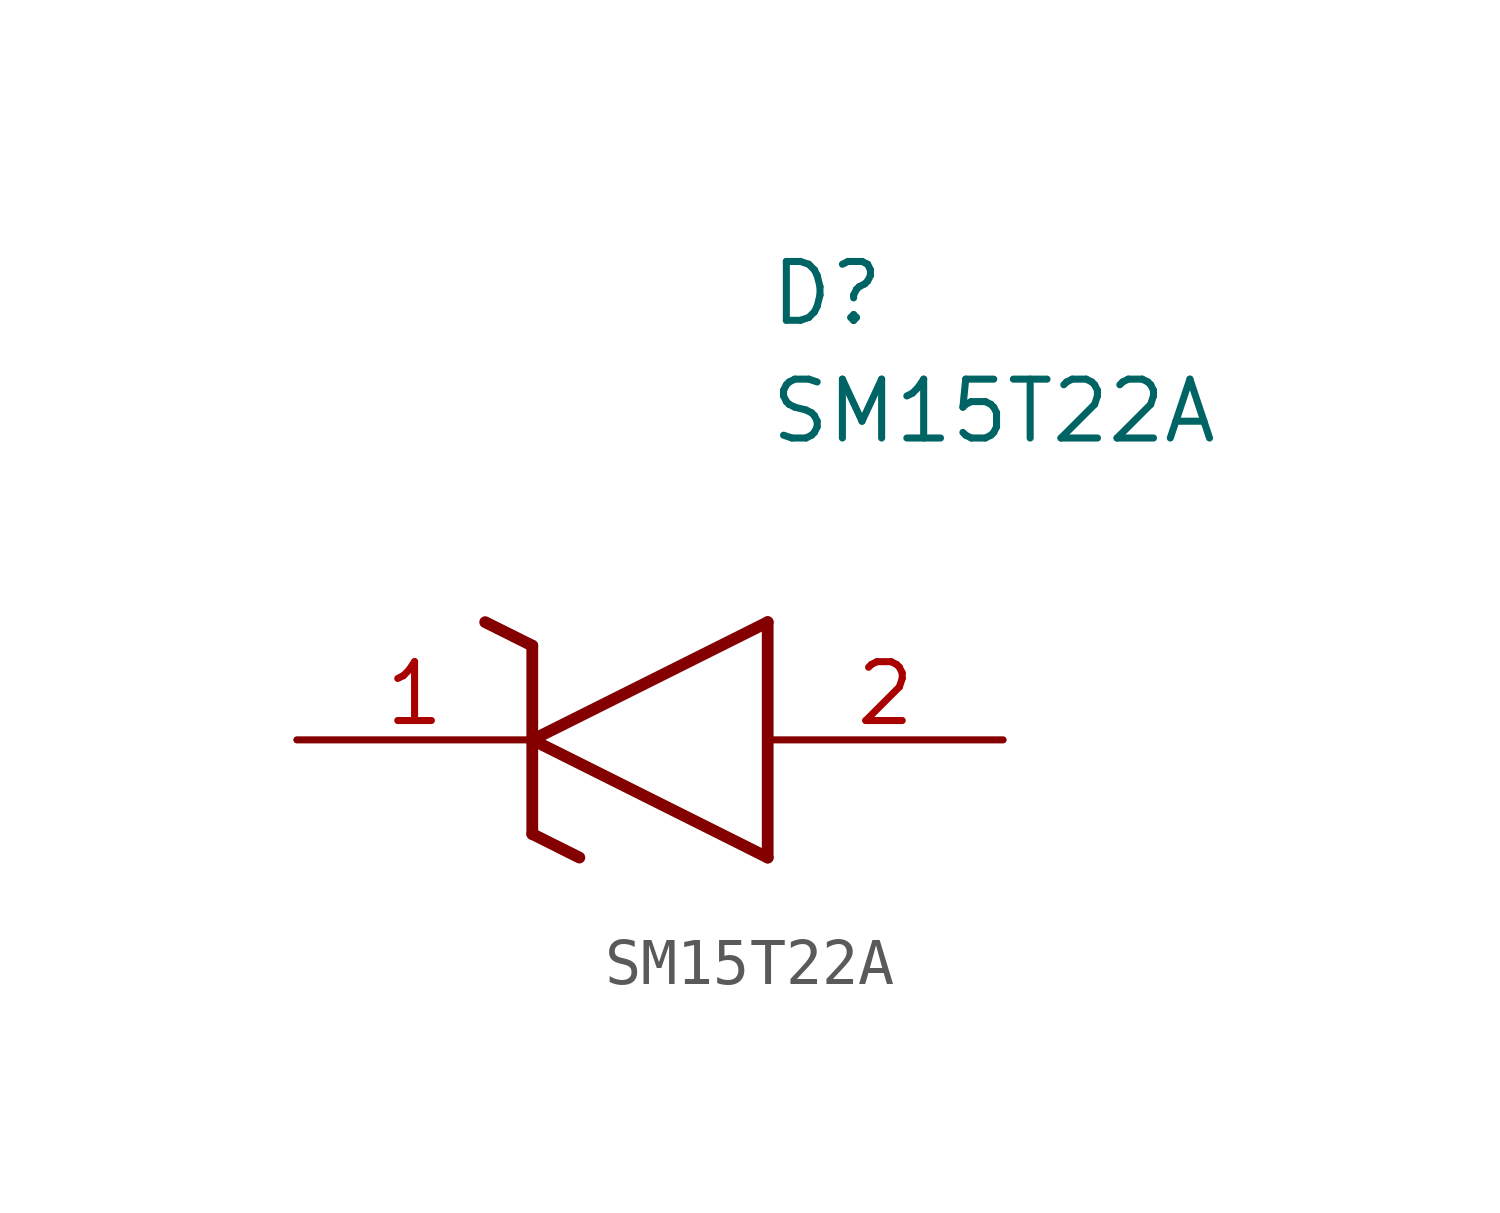
<source format=kicad_sym>
(kicad_symbol_lib
  (version 20211014)
  (generator SamacSys_ECAD_Model)
  (symbol "SM15T22A"
    (pin_names hide)
    (property "Reference" "D"
      (at 10.16 8.89 0)
      (effects (font (size 1.27 1.27)) (justify left bottom)))
    (property "Value" "SM15T22A"
      (at 10.16 6.35 0)
      (effects (font (size 1.27 1.27)) (justify left bottom)))
    (polyline
      (pts (xy 5.08 0) (xy 10.16 2.54))
      (stroke (width 0.254) (type default))
      (fill (type none)))
    (polyline
      (pts (xy 10.16 -2.54) (xy 10.16 2.54))
      (stroke (width 0.254) (type default))
      (fill (type none)))
    (polyline
      (pts (xy 10.16 -2.54) (xy 5.08 0))
      (stroke (width 0.254) (type default))
      (fill (type none)))
    (polyline
      (pts (xy 5.08 -2.032) (xy 6.096 -2.54))
      (stroke (width 0.254) (type default))
      (fill (type none)))
    (polyline
      (pts (xy 5.08 -2.032) (xy 5.08 2.032))
      (stroke (width 0.254) (type default))
      (fill (type none)))
    (polyline
      (pts (xy 4.064 2.54) (xy 5.08 2.032))
      (stroke (width 0.254) (type default))
      (fill (type none)))
    (pin passive line
      (at 0 0 0)
      (length 5.08)
      (name "K" (effects (font (size 1.27 1.27))))
      (number "1" (effects (font (size 1.27 1.27)))))
    (pin passive line
      (at 15.24 0 180)
      (length 5.08)
      (name "A" (effects (font (size 1.27 1.27))))
      (number "2" (effects (font (size 1.27 1.27)))))))
</source>
